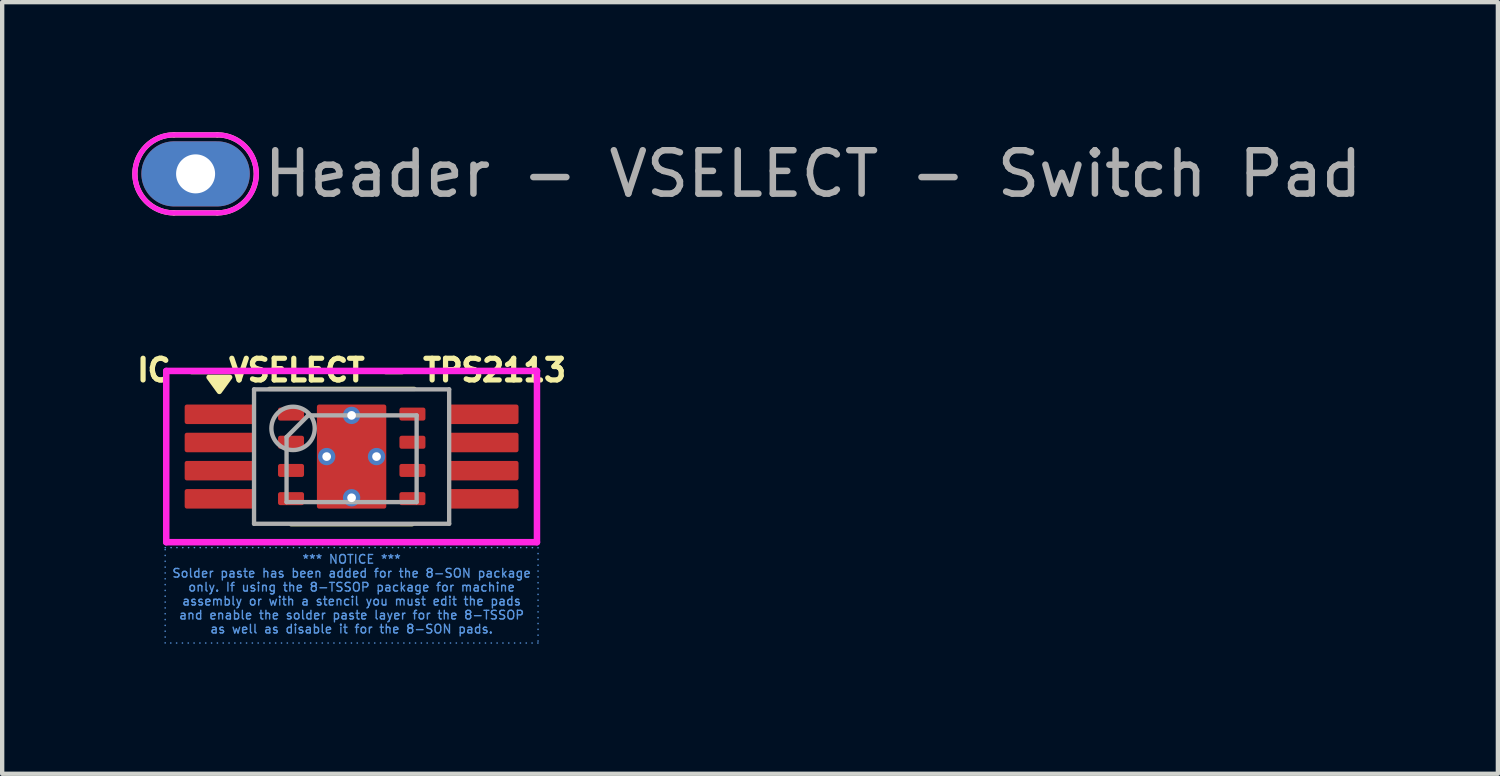
<source format=kicad_pcb>
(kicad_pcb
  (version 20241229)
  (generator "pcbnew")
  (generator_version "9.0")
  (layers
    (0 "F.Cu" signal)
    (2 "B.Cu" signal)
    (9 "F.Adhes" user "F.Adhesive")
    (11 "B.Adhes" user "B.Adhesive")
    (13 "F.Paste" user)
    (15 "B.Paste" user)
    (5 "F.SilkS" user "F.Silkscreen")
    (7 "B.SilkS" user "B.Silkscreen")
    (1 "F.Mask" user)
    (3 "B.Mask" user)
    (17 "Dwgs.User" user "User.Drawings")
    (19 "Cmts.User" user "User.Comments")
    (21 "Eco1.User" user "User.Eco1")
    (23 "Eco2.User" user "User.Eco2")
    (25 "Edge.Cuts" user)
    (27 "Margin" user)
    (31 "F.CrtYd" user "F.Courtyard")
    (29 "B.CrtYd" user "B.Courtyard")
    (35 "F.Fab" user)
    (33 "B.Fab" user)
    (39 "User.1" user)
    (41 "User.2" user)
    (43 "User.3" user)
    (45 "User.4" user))
  (footprint "Header - VSELECT - Switch Pad"
    (layer "F.Cu")
    (at 1.461 0.96)
    (property "Reference" "Header - VSELECT - Switch Pad" (at 1.5 0 0) (unlocked yes) (layer "F.Fab") (effects (font (size 1 1) (thickness 0.15)) (justify left)))
    (attr through_hole exclude_from_pos_files exclude_from_bom)
    (fp_line (start -0.5 -0.9) (end 0.5 -0.9) (stroke (width 0.12) (type solid)) (layer "F.SilkS"))
    (fp_line (start -0.5 0.9) (end 0.5 0.9) (stroke (width 0.12) (type solid)) (layer "F.SilkS"))
    (fp_arc (start -0.5 0.9) (mid -1.4 0) (end -0.5 -0.9) (stroke (width 0.12) (type solid)) (layer "F.SilkS"))
    (fp_arc (start 0.5 -0.9) (mid 1.4 0) (end 0.5 0.9) (stroke (width 0.12) (type solid)) (layer "F.SilkS"))
    (fp_poly (pts (arc (start 0.5 0.9) (mid 1.4 0) (end 0.5 -0.9)) (arc (start -0.5 -0.9) (mid -1.4 0) (end -0.5 0.9))) (stroke (width 0.12) (type solid)) (fill no) (layer "F.CrtYd"))
    (pad "1" thru_hole oval (at 0 0 90) (size 1.5 2.5) (drill 0.9) (layers "*.Cu" "*.Mask")))
  (footprint "IC - VSELECT - TPS2113"
    (layer "F.Cu")
    (at 5.059 7.48)
    (property "Reference" "IC - VSELECT - TPS2113" (at 0 -1.7 0) (layer "F.SilkS") (effects (font (size 0.5 0.5) (thickness 0.12)) (justify bottom)))
    (attr smd)
    (fp_line (start -1.9 -1.56) (end 1.45 -1.56) (stroke (width 0.1) (type default)) (layer "F.SilkS"))
    (fp_line (start -1.4 1.56) (end 1.4 1.56) (stroke (width 0.1) (type default)) (layer "F.SilkS"))
    (fp_poly (pts (xy -3.05 -1.5) (xy -3.29 -1.83) (xy -2.81 -1.83) (xy -3.05 -1.5)) (stroke (width 0.12) (type solid)) (fill yes) (layer "F.SilkS"))
    (fp_line (start -4.275 -1.975) (end -4.275 1.975) (stroke (width 0.15) (type solid)) (layer "F.CrtYd"))
    (fp_line (start -4.275 1.975) (end 4.275 1.975) (stroke (width 0.15) (type solid)) (layer "F.CrtYd"))
    (fp_line (start 4.275 -1.975) (end -4.275 -1.975) (stroke (width 0.15) (type solid)) (layer "F.CrtYd"))
    (fp_line (start 4.275 -1.975) (end 4.275 -1.975) (stroke (width 0.15) (type solid)) (layer "F.CrtYd"))
    (fp_line (start 4.275 1.975) (end 4.275 -1.975) (stroke (width 0.15) (type solid)) (layer "F.CrtYd"))
    (fp_line (start -2.25 -1.55) (end 2.25 -1.55) (stroke (width 0.1) (type solid)) (layer "F.Fab"))
    (fp_line (start -2.25 1.55) (end -2.25 -1.55) (stroke (width 0.1) (type solid)) (layer "F.Fab"))
    (fp_line (start -2.25 1.55) (end 2.25 1.55) (stroke (width 0.1) (type solid)) (layer "F.Fab"))
    (fp_line (start -1.5 -0.45) (end -1 -0.95) (stroke (width 0.1) (type solid)) (layer "F.Fab"))
    (fp_line (start -1.5 1.05) (end -1.5 -0.45) (stroke (width 0.1) (type solid)) (layer "F.Fab"))
    (fp_line (start -1 -0.95) (end 1.5 -0.95) (stroke (width 0.1) (type solid)) (layer "F.Fab"))
    (fp_line (start 1.5 -0.95) (end 1.5 1.05) (stroke (width 0.1) (type solid)) (layer "F.Fab"))
    (fp_line (start 1.5 1.05) (end -1.5 1.05) (stroke (width 0.1) (type solid)) (layer "F.Fab"))
    (fp_line (start 2.25 1.55) (end 2.25 -1.55) (stroke (width 0.1) (type solid)) (layer "F.Fab"))
    (fp_circle (center -1.35 -0.65) (end -0.85 -0.65) (stroke (width 0.1) (type solid)) (fill no) (layer "F.Fab"))
    (fp_text_box "*** NOTICE ***\nSolder paste has been added for the 8-SON package only. If using the 8-TSSOP package for machine assembly or with a stencil you must edit the pads and enable the solder paste layer for the 8-TSSOP as well as disable it for the 8-SON pads." (start -4.3 2.1) (end 4.3 4.3) (margins 0.166 0.166 0.166 0.166) (layer "Cmts.User") (effects (font (size 0.2 0.2) (thickness 0.032)) (justify top)) (border yes) (stroke (width 0.032) (type dot)))
    (pad "" smd roundrect (at 0 -0.63) (size 1.47 1.06) (layers "F.Paste") (roundrect_rratio 0.047))
    (pad "" smd roundrect (at 0 0.63) (size 1.47 1.06) (layers "F.Paste") (roundrect_rratio 0.047))
    (pad "1" smd roundrect (at -3.05 -0.975 270) (size 0.45 1.6) (layers "F.Cu" "F.Mask") (roundrect_rratio 0.111))
    (pad "1" smd roundrect (at -1.397 -0.98) (size 0.6 0.3) (layers "F.Cu" "F.Mask" "F.Paste") (roundrect_rratio 0.167))
    (pad "2" smd roundrect (at -3.05 -0.325 270) (size 0.45 1.6) (layers "F.Cu" "F.Mask") (roundrect_rratio 0.111))
    (pad "2" smd roundrect (at -1.397 -0.33) (size 0.6 0.3) (layers "F.Cu" "F.Mask" "F.Paste") (roundrect_rratio 0.167))
    (pad "3" smd roundrect (at -3.05 0.325 270) (size 0.45 1.6) (layers "F.Cu" "F.Mask") (roundrect_rratio 0.111))
    (pad "3" smd roundrect (at -1.397 0.32) (size 0.6 0.3) (layers "F.Cu" "F.Mask" "F.Paste") (roundrect_rratio 0.167))
    (pad "4" smd roundrect (at -3.05 0.975 270) (size 0.45 1.6) (layers "F.Cu" "F.Mask") (roundrect_rratio 0.111))
    (pad "4" smd roundrect (at -1.397 0.97) (size 0.6 0.3) (layers "F.Cu" "F.Mask" "F.Paste") (roundrect_rratio 0.167))
    (pad "5" smd roundrect (at 1.403 0.97) (size 0.6 0.3) (layers "F.Cu" "F.Mask" "F.Paste") (roundrect_rratio 0.167))
    (pad "5" smd roundrect (at 3.05 0.975 270) (size 0.45 1.6) (layers "F.Cu" "F.Mask") (roundrect_rratio 0.111))
    (pad "6" smd roundrect (at 1.403 0.32) (size 0.6 0.3) (layers "F.Cu" "F.Mask" "F.Paste") (roundrect_rratio 0.167))
    (pad "6" smd roundrect (at 3.05 0.325 270) (size 0.45 1.6) (layers "F.Cu" "F.Mask") (roundrect_rratio 0.111))
    (pad "7" smd roundrect (at 1.403 -0.33) (size 0.6 0.3) (layers "F.Cu" "F.Mask" "F.Paste") (roundrect_rratio 0.167))
    (pad "7" smd roundrect (at 3.05 -0.325 270) (size 0.45 1.6) (layers "F.Cu" "F.Mask") (roundrect_rratio 0.111))
    (pad "8" smd roundrect (at 1.403 -0.98) (size 0.6 0.3) (layers "F.Cu" "F.Mask" "F.Paste") (roundrect_rratio 0.167))
    (pad "8" smd roundrect (at 3.05 -0.975 270) (size 0.45 1.6) (layers "F.Cu" "F.Mask") (roundrect_rratio 0.111))
    (pad "9" thru_hole circle (at -0.575 0) (size 0.4 0.4) (drill 0.2) (property pad_prop_heatsink) (layers "*.Cu" "*.Mask"))
    (pad "9" thru_hole circle (at 0 -0.95) (size 0.4 0.4) (drill 0.2) (property pad_prop_heatsink) (layers "*.Cu" "*.Mask"))
    (pad "9" smd roundrect (at 0 0) (size 1.6 2.4) (property pad_prop_heatsink) (layers "F.Cu" "F.Mask") (roundrect_rratio 0.031))
    (pad "9" thru_hole circle (at 0 0.95) (size 0.4 0.4) (drill 0.2) (property pad_prop_heatsink) (layers "*.Cu" "*.Mask"))
    (pad "9" thru_hole circle (at 0.575 0) (size 0.4 0.4) (drill 0.2) (property pad_prop_heatsink) (layers "*.Cu" "*.Mask")))
  (gr_rect
    (start -3 -3)
    (end 31.496 14.796)
    (stroke (width 0.1) (type default))
    (fill no)
    (layer "Edge.Cuts")))
</source>
